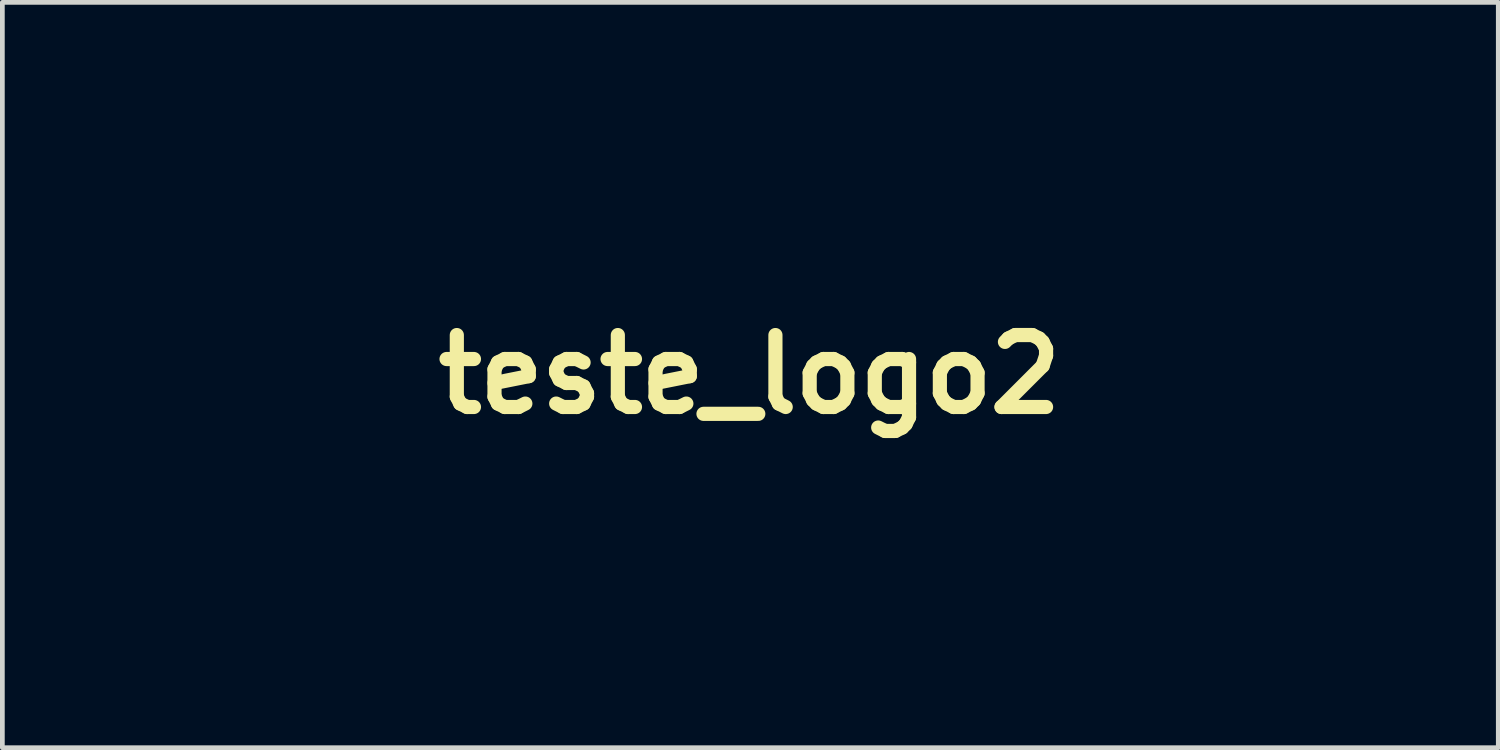
<source format=kicad_pcb>
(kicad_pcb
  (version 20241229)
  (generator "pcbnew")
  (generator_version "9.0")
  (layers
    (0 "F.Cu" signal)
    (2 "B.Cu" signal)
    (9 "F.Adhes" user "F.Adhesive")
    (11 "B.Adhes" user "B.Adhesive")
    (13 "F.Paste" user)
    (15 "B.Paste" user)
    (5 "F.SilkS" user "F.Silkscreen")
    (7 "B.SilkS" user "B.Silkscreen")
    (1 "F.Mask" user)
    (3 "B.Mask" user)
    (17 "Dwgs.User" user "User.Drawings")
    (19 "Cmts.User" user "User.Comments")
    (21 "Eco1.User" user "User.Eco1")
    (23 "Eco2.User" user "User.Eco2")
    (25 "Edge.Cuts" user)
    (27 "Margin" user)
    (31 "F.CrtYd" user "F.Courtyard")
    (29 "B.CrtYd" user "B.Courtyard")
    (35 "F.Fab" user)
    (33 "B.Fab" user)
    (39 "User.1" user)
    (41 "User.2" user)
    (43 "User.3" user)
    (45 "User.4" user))
  (footprint "teste_logo2"
    (layer "F.Cu")
    (at 12.832 4.882)
    (property "Reference" "teste_logo2" (at 0 0 0) (layer "F.SilkS") (effects (font (size 1.524 1.524) (thickness 0.3))))
    (attr through_hole)
    (fp_poly (pts (xy 6.563 -1.807) (xy 6.632 -1.752) (xy 6.683 -1.679) (xy 6.695 -1.645) (xy 6.711 -1.575) (xy 6.251 -1.575) (xy 6.278 -1.651) (xy 6.325 -1.733) (xy 6.397 -1.797) (xy 6.475 -1.828) (xy 6.492 -1.829) (xy 6.563 -1.807)) (stroke (width 0.01) (type solid)) (fill yes) (layer "F.Mask"))
    (fp_poly (pts (xy 3.075 0.158) (xy 3.095 0.184) (xy 3.099 0.237) (xy 3.081 0.317) (xy 3.036 0.376) (xy 2.975 0.406) (xy 2.911 0.4) (xy 2.875 0.376) (xy 2.847 0.318) (xy 2.859 0.255) (xy 2.901 0.199) (xy 2.968 0.161) (xy 3.023 0.152) (xy 3.075 0.158)) (stroke (width 0.01) (type solid)) (fill yes) (layer "F.Mask"))
    (fp_poly (pts (xy -6.898 -1.733) (xy -6.823 -1.673) (xy -6.77 -1.572) (xy -6.74 -1.427) (xy -6.732 -1.264) (xy -6.731 -1.092) (xy -7.264 -1.092) (xy -7.263 -1.251) (xy -7.252 -1.437) (xy -7.222 -1.578) (xy -7.171 -1.676) (xy -7.098 -1.733) (xy -7.001 -1.753) (xy -6.998 -1.753) (xy -6.898 -1.733)) (stroke (width 0.01) (type solid)) (fill yes) (layer "F.Mask"))
    (fp_poly (pts (xy 4.876 0.159) (xy 4.9 0.204) (xy 4.902 0.239) (xy 4.891 0.311) (xy 4.864 0.365) (xy 4.862 0.366) (xy 4.8 0.401) (xy 4.733 0.401) (xy 4.68 0.366) (xy 4.673 0.355) (xy 4.657 0.28) (xy 4.688 0.216) (xy 4.739 0.182) (xy 4.824 0.152) (xy 4.876 0.159)) (stroke (width 0.01) (type solid)) (fill yes) (layer "F.Mask"))
    (fp_poly (pts (xy 0.434 -0.133) (xy 0.48 -0.086) (xy 0.518 -0.029) (xy 0.533 0.016) (xy 0.518 0.037) (xy 0.467 0.048) (xy 0.379 0.051) (xy 0.295 0.05) (xy 0.25 0.043) (xy 0.236 0.027) (xy 0.241 -0.002) (xy 0.242 -0.006) (xy 0.275 -0.069) (xy 0.329 -0.123) (xy 0.384 -0.151) (xy 0.395 -0.152) (xy 0.434 -0.133)) (stroke (width 0.01) (type solid)) (fill yes) (layer "F.Mask"))
    (fp_poly (pts (xy 11.007 -1.807) (xy 11.079 -1.75) (xy 11.13 -1.675) (xy 11.14 -1.645) (xy 11.156 -1.575) (xy 10.937 -1.575) (xy 10.832 -1.576) (xy 10.767 -1.58) (xy 10.733 -1.59) (xy 10.721 -1.608) (xy 10.719 -1.628) (xy 10.74 -1.688) (xy 10.792 -1.752) (xy 10.858 -1.804) (xy 10.923 -1.828) (xy 10.931 -1.829) (xy 11.007 -1.807)) (stroke (width 0.01) (type solid)) (fill yes) (layer "F.Mask"))
    (fp_poly (pts (xy 6.112 -0.137) (xy 6.174 -0.069) (xy 6.21 0.023) (xy 6.222 0.136) (xy 6.211 0.249) (xy 6.179 0.346) (xy 6.146 0.393) (xy 6.055 0.455) (xy 5.96 0.471) (xy 5.893 0.451) (xy 5.816 0.386) (xy 5.768 0.293) (xy 5.748 0.184) (xy 5.755 0.071) (xy 5.789 -0.033) (xy 5.849 -0.116) (xy 5.924 -0.162) (xy 6.022 -0.173) (xy 6.112 -0.137)) (stroke (width 0.01) (type solid)) (fill yes) (layer "F.Mask"))
    (fp_poly (pts (xy 8.169 -0.474) (xy 8.247 -0.443) (xy 8.299 -0.386) (xy 8.318 -0.347) (xy 8.342 -0.238) (xy 8.319 -0.142) (xy 8.255 -0.067) (xy 8.155 -0.019) (xy 8.084 -0.007) (xy 8.009 -0.004) (xy 7.956 -0.009) (xy 7.944 -0.014) (xy 7.935 -0.047) (xy 7.929 -0.118) (xy 7.925 -0.214) (xy 7.925 -0.258) (xy 7.925 -0.483) (xy 8.053 -0.483) (xy 8.169 -0.474)) (stroke (width 0.01) (type solid)) (fill yes) (layer "F.Mask"))
    (fp_poly (pts (xy -0.423 -0.094) (xy -0.418 -0.09) (xy -0.384 -0.063) (xy -0.366 -0.028) (xy -0.357 0.03) (xy -0.356 0.124) (xy -0.359 0.226) (xy -0.371 0.291) (xy -0.394 0.331) (xy -0.402 0.339) (xy -0.475 0.377) (xy -0.549 0.367) (xy -0.596 0.331) (xy -0.636 0.255) (xy -0.654 0.155) (xy -0.648 0.051) (xy -0.625 -0.019) (xy -0.568 -0.093) (xy -0.5 -0.118) (xy -0.423 -0.094)) (stroke (width 0.01) (type solid)) (fill yes) (layer "F.Mask"))
    (fp_poly (pts (xy 2.709 -1.806) (xy 2.78 -1.743) (xy 2.833 -1.652) (xy 2.861 -1.543) (xy 2.861 -1.427) (xy 2.846 -1.361) (xy 2.793 -1.263) (xy 2.716 -1.198) (xy 2.627 -1.171) (xy 2.534 -1.186) (xy 2.495 -1.208) (xy 2.42 -1.286) (xy 2.377 -1.384) (xy 2.363 -1.492) (xy 2.378 -1.6) (xy 2.417 -1.698) (xy 2.48 -1.775) (xy 2.564 -1.821) (xy 2.624 -1.829) (xy 2.709 -1.806)) (stroke (width 0.01) (type solid)) (fill yes) (layer "F.Mask"))
    (fp_poly (pts (xy 5.74 -1.793) (xy 5.809 -1.73) (xy 5.857 -1.64) (xy 5.879 -1.528) (xy 5.869 -1.402) (xy 5.865 -1.384) (xy 5.817 -1.272) (xy 5.744 -1.2) (xy 5.652 -1.171) (xy 5.547 -1.189) (xy 5.506 -1.208) (xy 5.447 -1.266) (xy 5.407 -1.359) (xy 5.391 -1.473) (xy 5.396 -1.561) (xy 5.429 -1.678) (xy 5.486 -1.757) (xy 5.561 -1.803) (xy 5.656 -1.819) (xy 5.74 -1.793)) (stroke (width 0.01) (type solid)) (fill yes) (layer "F.Mask"))
    (fp_poly (pts (xy 7.012 -0.152) (xy 7.079 -0.089) (xy 7.121 0.004) (xy 7.137 0.115) (xy 7.127 0.23) (xy 7.092 0.337) (xy 7.031 0.422) (xy 7.005 0.443) (xy 6.921 0.479) (xy 6.838 0.467) (xy 6.751 0.406) (xy 6.741 0.396) (xy 6.686 0.33) (xy 6.657 0.261) (xy 6.649 0.17) (xy 6.653 0.089) (xy 6.682 -0.026) (xy 6.741 -0.114) (xy 6.822 -0.167) (xy 6.917 -0.18) (xy 7.012 -0.152)) (stroke (width 0.01) (type solid)) (fill yes) (layer "F.Mask"))
    (fp_poly (pts (xy 8.315 -1.806) (xy 8.393 -1.744) (xy 8.451 -1.657) (xy 8.472 -1.591) (xy 8.478 -1.465) (xy 8.451 -1.35) (xy 8.398 -1.256) (xy 8.322 -1.192) (xy 8.231 -1.168) (xy 8.23 -1.168) (xy 8.14 -1.192) (xy 8.077 -1.241) (xy 8.014 -1.332) (xy 7.984 -1.438) (xy 7.984 -1.548) (xy 8.01 -1.653) (xy 8.061 -1.742) (xy 8.133 -1.804) (xy 8.224 -1.829) (xy 8.23 -1.829) (xy 8.315 -1.806)) (stroke (width 0.01) (type solid)) (fill yes) (layer "F.Mask"))
    (fp_poly (pts (xy 9.055 -0.164) (xy 9.121 -0.119) (xy 9.178 -0.034) (xy 9.178 -0.033) (xy 9.211 0.074) (xy 9.214 0.192) (xy 9.19 0.306) (xy 9.14 0.398) (xy 9.114 0.425) (xy 9.034 0.463) (xy 8.938 0.469) (xy 8.861 0.445) (xy 8.806 0.392) (xy 8.756 0.308) (xy 8.722 0.213) (xy 8.712 0.141) (xy 8.731 0.025) (xy 8.781 -0.073) (xy 8.855 -0.144) (xy 8.944 -0.176) (xy 8.964 -0.177) (xy 9.055 -0.164)) (stroke (width 0.01) (type solid)) (fill yes) (layer "F.Mask"))
    (fp_poly (pts (xy 10.987 -0.156) (xy 11.063 -0.093) (xy 11.111 0.012) (xy 11.13 0.155) (xy 11.129 0.237) (xy 11.105 0.309) (xy 11.051 0.383) (xy 10.981 0.445) (xy 10.91 0.48) (xy 10.887 0.483) (xy 10.826 0.466) (xy 10.757 0.424) (xy 10.74 0.41) (xy 10.693 0.361) (xy 10.666 0.309) (xy 10.652 0.235) (xy 10.648 0.186) (xy 10.653 0.04) (xy 10.69 -0.07) (xy 10.757 -0.143) (xy 10.852 -0.176) (xy 10.884 -0.178) (xy 10.987 -0.156)) (stroke (width 0.01) (type solid)) (fill yes) (layer "F.Mask"))
    (fp_poly (pts (xy 10.104 -1.81) (xy 10.187 -1.76) (xy 10.211 -1.734) (xy 10.241 -1.683) (xy 10.256 -1.615) (xy 10.262 -1.515) (xy 10.262 -1.493) (xy 10.26 -1.397) (xy 10.25 -1.334) (xy 10.229 -1.29) (xy 10.19 -1.246) (xy 10.187 -1.243) (xy 10.099 -1.183) (xy 10.004 -1.17) (xy 9.925 -1.196) (xy 9.864 -1.258) (xy 9.823 -1.353) (xy 9.806 -1.466) (xy 9.813 -1.581) (xy 9.848 -1.683) (xy 9.855 -1.696) (xy 9.928 -1.777) (xy 10.014 -1.815) (xy 10.104 -1.81)) (stroke (width 0.01) (type solid)) (fill yes) (layer "F.Mask"))
    (fp_poly (pts (xy -4.803 -1.758) (xy -4.722 -1.709) (xy -4.712 -1.7) (xy -4.698 -1.684) (xy -4.687 -1.664) (xy -4.678 -1.633) (xy -4.671 -1.587) (xy -4.666 -1.519) (xy -4.662 -1.426) (xy -4.659 -1.301) (xy -4.657 -1.139) (xy -4.655 -0.935) (xy -4.653 -0.788) (xy -4.652 -0.53) (xy -4.651 -0.318) (xy -4.653 -0.147) (xy -4.658 -0.011) (xy -4.666 0.095) (xy -4.677 0.175) (xy -4.692 0.235) (xy -4.711 0.28) (xy -4.736 0.315) (xy -4.751 0.332) (xy -4.825 0.372) (xy -4.92 0.377) (xy -5.022 0.345) (xy -5.049 0.33) (xy -5.131 0.28) (xy -5.125 -0.692) (xy -5.118 -1.664) (xy -5.004 -1.722) (xy -4.894 -1.762) (xy -4.803 -1.758)) (stroke (width 0.01) (type solid)) (fill yes) (layer "F.Mask"))
    (fp_poly (pts (xy 12.852 4.902) (xy -12.827 4.902) (xy -12.827 -2.184) (xy -11.227 -2.184) (xy -11.227 0.813) (xy -10.668 0.813) (xy -10.668 -0.241) (xy -10.389 -0.241) (xy -10.388 0.171) (xy -10.387 0.536) (xy -10.386 0.853) (xy -10.383 1.122) (xy -10.381 1.342) (xy -10.377 1.513) (xy -10.373 1.634) (xy -10.368 1.706) (xy -10.363 1.727) (xy -10.358 1.702) (xy -10.353 1.626) (xy -10.349 1.501) (xy -10.346 1.333) (xy -8.128 1.333) (xy -8.128 1.746) (xy -8.127 2.111) (xy -8.125 2.428) (xy -8.123 2.697) (xy -8.12 2.917) (xy -8.116 3.088) (xy -8.112 3.209) (xy -8.107 3.281) (xy -8.103 3.302) (xy -8.097 3.277) (xy -8.093 3.201) (xy -8.088 3.075) (xy -8.085 2.9) (xy -8.082 2.676) (xy -8.08 2.403) (xy -8.078 2.082) (xy -8.077 1.713) (xy -8.077 1.333) (xy -8.078 0.921) (xy -8.079 0.556) (xy -8.08 0.239) (xy -8.082 -0.03) (xy -8.085 -0.25) (xy -8.089 -0.421) (xy -8.093 -0.542) (xy -8.098 -0.614) (xy -8.103 -0.635) (xy -8.108 -0.61) (xy -8.113 -0.534) (xy -8.117 -0.408) (xy -8.12 -0.233) (xy -8.123 -0.009) (xy -8.125 0.264) (xy -8.127 0.585) (xy -8.128 0.954) (xy -8.128 1.333) (xy -10.346 1.333) (xy -10.346 1.325) (xy -10.343 1.101) (xy -10.341 0.828) (xy -10.339 0.507) (xy -10.338 0.138) (xy -10.338 0.007) (xy -10.088 0.007) (xy -10.071 0.096) (xy -10.031 0.247) (xy -9.968 0.401) (xy -9.894 0.534) (xy -9.871 0.566) (xy -9.783 0.661) (xy -9.67 0.752) (xy -9.553 0.825) (xy -9.465 0.863) (xy -9.37 0.879) (xy -9.243 0.884) (xy -9.103 0.879) (xy -8.965 0.864) (xy -8.847 0.841) (xy -8.785 0.821) (xy -8.617 0.719) (xy -8.487 0.585) (xy -8.397 0.42) (xy -8.346 0.223) (xy -8.337 0.138) (xy -8.337 -0.021) (xy -8.362 -0.166) (xy -8.414 -0.305) (xy -8.498 -0.442) (xy -8.618 -0.584) (xy -8.738 -0.7) (xy -7.823 -0.7) (xy -7.823 -0.46) (xy -7.822 -0.266) (xy -7.821 -0.109) (xy -7.818 0.014) (xy -7.814 0.11) (xy -7.808 0.185) (xy -7.801 0.245) (xy -7.791 0.296) (xy -7.778 0.344) (xy -7.77 0.369) (xy -7.7 0.526) (xy -7.597 0.665) (xy -7.471 0.776) (xy -7.332 0.847) (xy -7.325 0.849) (xy -7.194 0.875) (xy -7.036 0.884) (xy -6.871 0.877) (xy -6.715 0.854) (xy -6.589 0.816) (xy -6.585 0.814) (xy -6.433 0.721) (xy -6.312 0.586) (xy -6.24 0.458) (xy -6.214 0.387) (xy -6.196 0.3) (xy -6.184 0.184) (xy -6.177 0.044) (xy -6.166 -0.254) (xy -6.724 -0.254) (xy -6.737 -0.032) (xy -6.747 0.078) (xy -6.761 0.176) (xy -6.777 0.244) (xy -6.782 0.258) (xy -6.841 0.33) (xy -6.926 0.371) (xy -7.023 0.378) (xy -7.115 0.348) (xy -7.149 0.324) (xy -7.196 0.262) (xy -7.23 0.167) (xy -7.251 0.036) (xy -7.26 -0.136) (xy -7.259 -0.321) (xy -7.252 -0.622) (xy -6.71 -0.629) (xy -6.169 -0.636) (xy -6.177 -1.188) (xy -6.178 -1.232) (xy -5.944 -1.232) (xy -5.943 -0.811) (xy -5.942 -0.437) (xy -5.941 -0.112) (xy -5.939 0.165) (xy -5.936 0.394) (xy -5.932 0.573) (xy -5.928 0.703) (xy -5.924 0.783) (xy -5.919 0.813) (xy -5.918 0.813) (xy -5.913 0.787) (xy -5.908 0.712) (xy -5.904 0.586) (xy -5.901 0.411) (xy -5.898 0.186) (xy -5.896 -0.087) (xy -5.894 -0.408) (xy -5.893 -0.778) (xy -5.893 -1.195) (xy -5.893 -1.232) (xy -5.893 -1.653) (xy -5.894 -2.026) (xy -5.895 -2.184) (xy -5.715 -2.184) (xy -5.715 1.778) (xy -5.131 1.778) (xy -5.131 0.578) (xy -5.048 0.66) (xy -4.914 0.767) (xy -4.773 0.829) (xy -4.614 0.848) (xy -4.61 0.848) (xy -4.449 0.827) (xy -4.319 0.767) (xy -4.216 0.665) (xy -4.14 0.52) (xy -4.124 0.475) (xy -4.112 0.432) (xy -4.103 0.378) (xy -4.095 0.309) (xy -4.088 0.217) (xy -4.083 0.099) (xy -4.079 -0.051) (xy -4.075 -0.239) (xy -4.071 -0.471) (xy -4.07 -0.561) (xy -4.07 -0.584) (xy -2.515 -0.584) (xy -2.515 0.559) (xy -1.905 0.559) (xy -1.905 0.381) (xy -2.311 0.381) (xy -2.311 0.051) (xy -1.956 0.051) (xy -1.956 -0.127) (xy -2.311 -0.127) (xy -2.311 -0.279) (xy -1.727 -0.279) (xy -1.727 0.559) (xy -1.524 0.559) (xy -1.524 0.278) (xy -1.523 0.154) (xy -1.52 0.07) (xy -1.512 0.015) (xy -1.497 -0.023) (xy -1.473 -0.053) (xy -1.462 -0.065) (xy -1.404 -0.114) (xy -1.358 -0.122) (xy -1.31 -0.09) (xy -1.295 -0.076) (xy -1.273 -0.049) (xy -1.258 -0.012) (xy -1.25 0.044) (xy -1.246 0.129) (xy -1.245 0.255) (xy -1.245 0.267) (xy -1.245 0.559) (xy -1.041 0.559) (xy -1.041 0.138) (xy -0.864 0.138) (xy -0.849 0.274) (xy -0.808 0.389) (xy -0.745 0.472) (xy -0.699 0.503) (xy -0.603 0.529) (xy -0.505 0.528) (xy -0.425 0.501) (xy -0.418 0.496) (xy -0.371 0.467) (xy -0.347 0.458) (xy -0.332 0.476) (xy -0.338 0.523) (xy -0.361 0.584) (xy -0.393 0.643) (xy -0.426 0.682) (xy -0.502 0.724) (xy -0.605 0.731) (xy -0.734 0.708) (xy -0.766 0.722) (xy -0.789 0.768) (xy -0.794 0.822) (xy -0.771 0.858) (xy -0.714 0.878) (xy -0.616 0.885) (xy -0.527 0.883) (xy -0.425 0.878) (xy -0.358 0.868) (xy -0.311 0.848) (xy -0.269 0.814) (xy -0.251 0.797) (xy -0.21 0.749) (xy -0.18 0.693) (xy -0.157 0.622) (xy -0.142 0.528) (xy -0.133 0.404) (xy -0.129 0.242) (xy -0.128 0.108) (xy -0.128 0.079) (xy 0.031 0.079) (xy 0.032 0.222) (xy 0.072 0.353) (xy 0.151 0.461) (xy 0.203 0.504) (xy 0.257 0.535) (xy 0.31 0.552) (xy 0.38 0.556) (xy 0.477 0.552) (xy 0.569 0.545) (xy 0.639 0.536) (xy 0.674 0.528) (xy 0.675 0.527) (xy 0.68 0.495) (xy 0.673 0.453) (xy 0.661 0.421) (xy 0.636 0.403) (xy 0.587 0.395) (xy 0.501 0.393) (xy 0.492 0.393) (xy 0.398 0.391) (xy 0.339 0.381) (xy 0.301 0.359) (xy 0.277 0.334) (xy 0.238 0.28) (xy 0.228 0.243) (xy 0.251 0.22) (xy 0.312 0.208) (xy 0.416 0.204) (xy 0.483 0.203) (xy 0.604 0.203) (xy 0.682 0.197) (xy 0.724 0.178) (xy 0.737 0.139) (xy 0.729 0.072) (xy 0.709 -0.024) (xy 0.665 -0.147) (xy 0.593 -0.228) (xy 0.489 -0.271) (xy 0.395 -0.279) (xy 0.889 -0.279) (xy 0.889 0.559) (xy 1.088 0.559) (xy 1.096 0.264) (xy 1.101 0.137) (xy 1.107 0.05) (xy 1.116 -0.006) (xy 1.13 -0.042) (xy 1.153 -0.068) (xy 1.165 -0.078) (xy 1.222 -0.118) (xy 1.265 -0.12) (xy 1.312 -0.085) (xy 1.321 -0.076) (xy 1.343 -0.049) (xy 1.358 -0.012) (xy 1.366 0.044) (xy 1.37 0.129) (xy 1.372 0.255) (xy 1.372 0.267) (xy 1.372 0.559) (xy 1.575 0.559) (xy 1.575 -0.131) (xy 1.501 -0.205) (xy 1.408 -0.265) (xy 1.3 -0.279) (xy 1.186 -0.248) (xy 1.149 -0.229) (xy 1.096 -0.197) (xy 1.072 -0.193) (xy 1.067 -0.214) (xy 1.067 -0.229) (xy 1.057 -0.264) (xy 1.018 -0.278) (xy 0.978 -0.279) (xy 0.889 -0.279) (xy 0.395 -0.279) (xy 0.269 -0.263) (xy 0.172 -0.209) (xy 0.097 -0.113) (xy 0.074 -0.065) (xy 0.031 0.079) (xy -0.128 0.079) (xy -0.127 -0.279) (xy -0.216 -0.279) (xy -0.282 -0.271) (xy -0.305 -0.245) (xy -0.305 -0.241) (xy -0.315 -0.208) (xy -0.35 -0.214) (xy -0.392 -0.242) (xy -0.468 -0.273) (xy -0.566 -0.277) (xy -0.661 -0.255) (xy -0.71 -0.229) (xy -0.795 -0.138) (xy -0.847 -0.012) (xy -0.864 0.138) (xy -1.041 0.138) (xy -1.041 -0.131) (xy -1.116 -0.205) (xy -1.208 -0.264) (xy -1.316 -0.281) (xy -1.425 -0.256) (xy -1.476 -0.227) (xy -1.549 -0.174) (xy -1.549 -0.227) (xy -1.559 -0.263) (xy -1.596 -0.278) (xy -1.638 -0.279) (xy -1.727 -0.279) (xy -2.311 -0.279) (xy -2.311 -0.406) (xy -1.93 -0.406) (xy -1.93 -0.584) (xy -2.515 -0.584) (xy -4.07 -0.584) (xy -4.07 -0.635) (xy 1.803 -0.635) (xy 1.803 0.559) (xy 2.007 0.559) (xy 2.007 0.272) (xy 2.009 0.13) (xy 2.016 0.03) (xy 2.032 -0.037) (xy 2.059 -0.078) (xy 2.099 -0.104) (xy 2.116 -0.11) (xy 2.172 -0.104) (xy 2.224 -0.064) (xy 2.251 -0.034) (xy 2.269 -0.000237) (xy 2.279 0.047) (xy 2.284 0.12) (xy 2.286 0.228) (xy 2.286 0.278) (xy 2.286 0.559) (xy 2.489 0.559) (xy 2.489 0.283) (xy 2.647 0.283) (xy 2.651 0.384) (xy 2.687 0.471) (xy 2.752 0.529) (xy 2.752 0.529) (xy 2.836 0.552) (xy 2.93 0.554) (xy 3.012 0.536) (xy 3.037 0.522) (xy 3.092 0.488) (xy 3.119 0.493) (xy 3.124 0.521) (xy 3.143 0.549) (xy 3.205 0.559) (xy 3.213 0.559) (xy 3.302 0.559) (xy 3.302 0.251) (xy 3.298 0.08) (xy 3.285 -0.048) (xy 3.262 -0.14) (xy 3.225 -0.203) (xy 3.174 -0.244) (xy 3.16 -0.25) (xy 3.078 -0.271) (xy 2.97 -0.278) (xy 2.86 -0.271) (xy 2.776 -0.253) (xy 2.723 -0.227) (xy 2.709 -0.19) (xy 2.712 -0.162) (xy 2.725 -0.12) (xy 2.752 -0.107) (xy 2.811 -0.115) (xy 2.816 -0.116) (xy 2.935 -0.133) (xy 3.016 -0.123) (xy 3.066 -0.086) (xy 3.091 -0.035) (xy 3.074 -0.001) (xy 3.013 0.021) (xy 2.97 0.027) (xy 2.826 0.061) (xy 2.726 0.12) (xy 2.678 0.181) (xy 2.647 0.283) (xy 2.489 0.283) (xy 2.489 0.253) (xy 2.485 0.076) (xy 2.472 -0.057) (xy 2.447 -0.153) (xy 2.41 -0.217) (xy 2.366 -0.252) (xy 2.273 -0.277) (xy 2.165 -0.27) (xy 2.082 -0.241) (xy 2.007 -0.202) (xy 2.007 -0.279) (xy 3.505 -0.279) (xy 3.505 0.559) (xy 3.704 0.559) (xy 3.712 0.293) (xy 3.718 0.169) (xy 3.725 0.085) (xy 3.738 0.031) (xy 3.757 -0.006) (xy 3.774 -0.026) (xy 3.831 -0.067) (xy 3.882 -0.083) (xy 3.919 -0.094) (xy 3.934 -0.13) (xy 3.937 -0.183) (xy 3.933 -0.247) (xy 3.914 -0.274) (xy 3.881 -0.279) (xy 4.089 -0.279) (xy 4.089 0.559) (xy 4.293 0.559) (xy 4.293 0.315) (xy 4.448 0.315) (xy 4.459 0.4) (xy 4.511 0.476) (xy 4.519 0.485) (xy 4.604 0.54) (xy 4.703 0.561) (xy 4.798 0.545) (xy 4.84 0.522) (xy 4.895 0.488) (xy 4.922 0.493) (xy 4.928 0.521) (xy 4.946 0.548) (xy 5.004 0.559) (xy 5.023 0.559) (xy 5.118 0.559) (xy 5.111 0.248) (xy 5.107 0.138) (xy 5.64 0.138) (xy 5.645 0.258) (xy 5.667 0.358) (xy 5.676 0.38) (xy 5.751 0.478) (xy 5.847 0.539) (xy 5.955 0.562) (xy 6.063 0.542) (xy 6.142 0.495) (xy 6.218 0.432) (xy 6.233 0.495) (xy 6.258 0.543) (xy 6.287 0.559) (xy 6.299 0.553) (xy 6.308 0.53) (xy 6.315 0.486) (xy 6.32 0.415) (xy 6.323 0.31) (xy 6.324 0.166) (xy 6.324 0.162) (xy 6.526 0.162) (xy 6.546 0.279) (xy 6.592 0.387) (xy 6.663 0.475) (xy 6.758 0.536) (xy 6.875 0.559) (xy 6.879 0.559) (xy 6.995 0.543) (xy 7.079 0.509) (xy 7.17 0.435) (xy 7.226 0.34) (xy 7.256 0.211) (xy 7.256 0.207) (xy 7.255 0.055) (xy 7.234 -0.015) (xy 7.823 -0.015) (xy 7.823 0.003) (xy 7.823 0.185) (xy 7.824 0.322) (xy 7.827 0.42) (xy 7.831 0.487) (xy 7.837 0.528) (xy 7.847 0.549) (xy 7.86 0.558) (xy 7.873 0.559) (xy 7.897 0.554) (xy 7.912 0.535) (xy 7.921 0.49) (xy 7.927 0.412) (xy 7.93 0.328) (xy 7.936 0.155) (xy 8.611 0.155) (xy 8.628 0.306) (xy 8.681 0.425) (xy 8.767 0.507) (xy 8.768 0.507) (xy 8.875 0.548) (xy 8.998 0.557) (xy 9.113 0.535) (xy 9.141 0.522) (xy 9.231 0.449) (xy 9.294 0.345) (xy 9.327 0.222) (xy 9.329 0.152) (xy 9.525 0.152) (xy 9.525 0.559) (xy 9.652 0.559) (xy 9.652 0.291) (xy 9.657 0.125) (xy 9.673 0.004) (xy 9.704 -0.079) (xy 9.752 -0.128) (xy 9.819 -0.15) (xy 9.859 -0.152) (xy 9.897 -0.165) (xy 9.901 -0.209) (xy 9.958 -0.209) (xy 9.986 -0.181) (xy 10.014 -0.173) (xy 10.039 -0.167) (xy 10.056 -0.15) (xy 10.067 -0.114) (xy 10.073 -0.049) (xy 10.076 0.054) (xy 10.077 0.102) (xy 10.081 0.219) (xy 10.086 0.321) (xy 10.092 0.396) (xy 10.096 0.424) (xy 10.137 0.505) (xy 10.213 0.549) (xy 10.289 0.559) (xy 10.354 0.555) (xy 10.383 0.537) (xy 10.389 0.506) (xy 10.378 0.468) (xy 10.339 0.469) (xy 10.339 0.469) (xy 10.278 0.463) (xy 10.237 0.432) (xy 10.213 0.404) (xy 10.198 0.369) (xy 10.191 0.317) (xy 10.188 0.237) (xy 10.189 0.188) (xy 10.519 0.188) (xy 10.54 0.31) (xy 10.592 0.419) (xy 10.673 0.502) (xy 10.732 0.535) (xy 10.842 0.557) (xy 10.963 0.547) (xy 11.069 0.506) (xy 11.077 0.501) (xy 11.174 0.407) (xy 11.233 0.282) (xy 11.252 0.144) (xy 11.233 -0.003) (xy 11.178 -0.122) (xy 11.095 -0.209) (xy 10.991 -0.26) (xy 10.87 -0.269) (xy 10.741 -0.233) (xy 10.733 -0.229) (xy 10.635 -0.157) (xy 10.566 -0.056) (xy 10.527 0.063) (xy 10.519 0.188) (xy 10.189 0.188) (xy 10.191 0.118) (xy 10.191 0.107) (xy 10.198 -0.165) (xy 10.293 -0.173) (xy 10.366 -0.189) (xy 10.393 -0.214) (xy 10.374 -0.239) (xy 10.31 -0.253) (xy 10.287 -0.254) (xy 10.222 -0.257) (xy 10.193 -0.273) (xy 10.186 -0.317) (xy 10.185 -0.346) (xy 10.181 -0.406) (xy 10.164 -0.425) (xy 10.145 -0.422) (xy 10.105 -0.408) (xy 10.094 -0.406) (xy 10.087 -0.384) (xy 10.084 -0.331) (xy 10.084 -0.33) (xy 10.077 -0.276) (xy 10.048 -0.256) (xy 10.02 -0.254) (xy 9.97 -0.24) (xy 9.958 -0.209) (xy 9.901 -0.209) (xy 9.901 -0.21) (xy 9.876 -0.252) (xy 9.826 -0.259) (xy 9.759 -0.233) (xy 9.697 -0.185) (xy 9.627 -0.117) (xy 9.627 -0.186) (xy 9.616 -0.238) (xy 9.58 -0.254) (xy 9.576 -0.254) (xy 9.557 -0.252) (xy 9.543 -0.24) (xy 9.534 -0.211) (xy 9.529 -0.158) (xy 9.526 -0.073) (xy 9.525 0.051) (xy 9.525 0.152) (xy 9.329 0.152) (xy 9.33 0.092) (xy 9.303 -0.032) (xy 9.242 -0.138) (xy 9.207 -0.174) (xy 9.096 -0.247) (xy 8.978 -0.271) (xy 8.871 -0.256) (xy 8.754 -0.201) (xy 8.671 -0.109) (xy 8.623 0.019) (xy 8.611 0.155) (xy 7.936 0.155) (xy 7.938 0.097) (xy 8.069 0.088) (xy 8.223 0.06) (xy 8.343 -0.003) (xy 8.395 -0.051) (xy 8.434 -0.127) (xy 8.449 -0.227) (xy 8.442 -0.334) (xy 8.412 -0.428) (xy 8.384 -0.468) (xy 8.297 -0.529) (xy 8.179 -0.569) (xy 8.045 -0.586) (xy 7.913 -0.576) (xy 7.88 -0.568) (xy 7.862 -0.562) (xy 7.848 -0.551) (xy 7.837 -0.528) (xy 7.831 -0.487) (xy 7.826 -0.422) (xy 7.824 -0.326) (xy 7.823 -0.192) (xy 7.823 -0.015) (xy 7.234 -0.015) (xy 7.216 -0.073) (xy 7.146 -0.173) (xy 7.051 -0.24) (xy 6.936 -0.269) (xy 6.807 -0.254) (xy 6.745 -0.232) (xy 6.643 -0.163) (xy 6.573 -0.069) (xy 6.535 0.043) (xy 6.526 0.162) (xy 6.324 0.162) (xy 6.325 -0.022) (xy 6.325 -0.038) (xy 6.324 -0.227) (xy 6.324 -0.371) (xy 6.322 -0.477) (xy 6.318 -0.55) (xy 6.312 -0.596) (xy 6.304 -0.621) (xy 6.292 -0.632) (xy 6.277 -0.635) (xy 6.274 -0.635) (xy 6.25 -0.631) (xy 6.235 -0.614) (xy 6.227 -0.574) (xy 6.224 -0.502) (xy 6.223 -0.393) (xy 6.223 -0.151) (xy 6.145 -0.208) (xy 6.039 -0.259) (xy 5.928 -0.263) (xy 5.822 -0.225) (xy 5.731 -0.147) (xy 5.683 -0.074) (xy 5.653 0.02) (xy 5.64 0.138) (xy 5.107 0.138) (xy 5.104 0.084) (xy 5.093 -0.038) (xy 5.074 -0.124) (xy 5.046 -0.184) (xy 5.006 -0.224) (xy 4.976 -0.242) (xy 4.894 -0.267) (xy 4.786 -0.277) (xy 4.675 -0.272) (xy 4.582 -0.252) (xy 4.568 -0.247) (xy 4.522 -0.218) (xy 4.516 -0.181) (xy 4.524 -0.157) (xy 4.546 -0.117) (xy 4.583 -0.109) (xy 4.629 -0.117) (xy 4.749 -0.134) (xy 4.832 -0.117) (xy 4.869 -0.086) (xy 4.894 -0.035) (xy 4.878 -0.001) (xy 4.816 0.02) (xy 4.773 0.027) (xy 4.635 0.06) (xy 4.535 0.118) (xy 4.476 0.199) (xy 4.473 0.206) (xy 4.448 0.315) (xy 4.293 0.315) (xy 4.293 -0.279) (xy 4.089 -0.279) (xy 3.881 -0.279) (xy 3.827 -0.262) (xy 3.765 -0.221) (xy 3.754 -0.211) (xy 3.683 -0.143) (xy 3.683 -0.211) (xy 3.677 -0.257) (xy 3.649 -0.276) (xy 3.594 -0.279) (xy 3.505 -0.279) (xy 2.007 -0.279) (xy 2.007 -0.495) (xy 4.076 -0.495) (xy 4.096 -0.437) (xy 4.139 -0.395) (xy 4.194 -0.38) (xy 4.25 -0.402) (xy 4.266 -0.418) (xy 4.286 -0.469) (xy 4.288 -0.526) (xy 4.273 -0.577) (xy 4.234 -0.6) (xy 4.199 -0.605) (xy 4.132 -0.6) (xy 4.093 -0.565) (xy 4.091 -0.562) (xy 4.076 -0.495) (xy 2.007 -0.495) (xy 2.007 -0.635) (xy 1.803 -0.635) (xy -4.07 -0.635) (xy -4.067 -0.861) (xy -4.067 -1.115) (xy -4.07 -1.327) (xy -4.075 -1.503) (xy -4.085 -1.646) (xy -4.085 -1.651) (xy -2.515 -1.651) (xy -2.514 -1.469) (xy -2.514 -1.331) (xy -2.511 -1.232) (xy -2.507 -1.165) (xy -2.501 -1.124) (xy -2.491 -1.102) (xy -2.479 -1.094) (xy -2.464 -1.092) (xy -2.447 -1.094) (xy -2.435 -1.104) (xy -2.426 -1.128) (xy -2.42 -1.172) (xy -2.416 -1.243) (xy -2.414 -1.346) (xy -2.413 -1.489) (xy -2.413 -1.499) (xy -2.134 -1.499) (xy -2.134 -1.092) (xy -2.007 -1.092) (xy -2.007 -1.379) (xy -2.004 -1.529) (xy -1.993 -1.637) (xy -1.972 -1.712) (xy -1.937 -1.762) (xy -1.885 -1.795) (xy -1.86 -1.806) (xy -1.772 -1.815) (xy -1.69 -1.783) (xy -1.631 -1.717) (xy -1.629 -1.712) (xy -1.617 -1.661) (xy -1.608 -1.573) (xy -1.602 -1.461) (xy -1.6 -1.37) (xy -1.6 -1.248) (xy -1.597 -1.168) (xy -1.59 -1.122) (xy -1.578 -1.099) (xy -1.559 -1.093) (xy -1.549 -1.092) (xy -1.529 -1.095) (xy -1.515 -1.109) (xy -1.506 -1.142) (xy -1.504 -1.164) (xy -1.267 -1.164) (xy -1.265 -1.151) (xy -1.234 -1.11) (xy -1.17 -1.086) (xy -1.086 -1.08) (xy -0.996 -1.092) (xy -0.915 -1.121) (xy -0.871 -1.152) (xy -0.809 -1.238) (xy -0.796 -1.327) (xy -0.832 -1.415) (xy -0.913 -1.498) (xy -1.019 -1.563) (xy -1.092 -1.604) (xy -1.129 -1.64) (xy -1.142 -1.682) (xy -1.143 -1.703) (xy -1.123 -1.775) (xy -1.067 -1.816) (xy -0.983 -1.822) (xy -0.929 -1.811) (xy -0.87 -1.796) (xy -0.842 -1.804) (xy -0.83 -1.83) (xy -0.832 -1.854) (xy -0.686 -1.854) (xy -0.671 -1.814) (xy -0.622 -1.803) (xy -0.559 -1.803) (xy -0.559 -1.54) (xy -0.556 -1.421) (xy -0.549 -1.312) (xy -0.539 -1.23) (xy -0.531 -1.199) (xy -0.488 -1.133) (xy -0.421 -1.089) (xy -0.35 -1.078) (xy -0.334 -1.082) (xy -0.287 -1.092) (xy -0.277 -1.092) (xy -0.257 -1.113) (xy -0.254 -1.13) (xy -0.276 -1.161) (xy -0.312 -1.168) (xy -0.361 -1.174) (xy -0.394 -1.195) (xy -0.415 -1.24) (xy -0.427 -1.317) (xy -0.431 -1.432) (xy -0.432 -1.516) (xy -0.432 -1.803) (xy -0.33 -1.803) (xy -0.264 -1.808) (xy -0.234 -1.825) (xy -0.229 -1.854) (xy -0.237 -1.887) (xy -0.272 -1.902) (xy -0.33 -1.905) (xy -0.051 -1.905) (xy -0.051 -1.092) (xy 0.076 -1.092) (xy 0.076 -1.854) (xy 0.254 -1.854) (xy 0.272 -1.811) (xy 0.302 -1.803) (xy 0.322 -1.799) (xy 0.336 -1.781) (xy 0.346 -1.741) (xy 0.353 -1.669) (xy 0.358 -1.559) (xy 0.36 -1.501) (xy 0.367 -1.355) (xy 0.378 -1.251) (xy 0.397 -1.181) (xy 0.425 -1.135) (xy 0.465 -1.104) (xy 0.494 -1.091) (xy 0.551 -1.079) (xy 0.58 -1.081) (xy 0.637 -1.092) (xy 0.65 -1.092) (xy 0.682 -1.113) (xy 0.686 -1.13) (xy 0.663 -1.161) (xy 0.61 -1.168) (xy 0.56 -1.175) (xy 0.524 -1.201) (xy 0.501 -1.254) (xy 0.488 -1.339) (xy 0.483 -1.464) (xy 0.483 -1.535) (xy 0.483 -1.803) (xy 0.584 -1.803) (xy 0.651 -1.808) (xy 0.68 -1.825) (xy 0.686 -1.854) (xy 0.677 -1.887) (xy 0.643 -1.902) (xy 0.584 -1.905) (xy 0.858 -1.905) (xy 0.867 -1.577) (xy 0.872 -1.437) (xy 0.879 -1.338) (xy 0.888 -1.27) (xy 0.903 -1.223) (xy 0.923 -1.186) (xy 0.929 -1.177) (xy 1.01 -1.107) (xy 1.111 -1.079) (xy 1.222 -1.095) (xy 1.327 -1.148) (xy 1.374 -1.18) (xy 1.393 -1.181) (xy 1.397 -1.153) (xy 1.397 -1.145) (xy 1.414 -1.101) (xy 1.448 -1.092) (xy 1.467 -1.095) (xy 1.48 -1.107) (xy 1.489 -1.135) (xy 1.495 -1.189) (xy 1.498 -1.273) (xy 1.499 -1.397) (xy 1.499 -1.499) (xy 1.498 -1.651) (xy 1.497 -1.759) (xy 1.493 -1.831) (xy 1.49 -1.854) (xy 1.676 -1.854) (xy 1.691 -1.814) (xy 1.74 -1.803) (xy 1.803 -1.803) (xy 1.803 -1.504) (xy 1.805 -1.361) (xy 1.812 -1.26) (xy 1.823 -1.193) (xy 1.841 -1.152) (xy 1.842 -1.15) (xy 1.906 -1.098) (xy 1.99 -1.078) (xy 2.028 -1.083) (xy 2.075 -1.092) (xy 2.085 -1.092) (xy 2.106 -1.113) (xy 2.108 -1.13) (xy 2.086 -1.161) (xy 2.051 -1.169) (xy 1.998 -1.173) (xy 1.96 -1.19) (xy 1.936 -1.229) (xy 1.921 -1.296) (xy 1.913 -1.4) (xy 1.911 -1.451) (xy 2.252 -1.451) (xy 2.264 -1.369) (xy 2.312 -1.248) (xy 2.395 -1.156) (xy 2.5 -1.097) (xy 2.619 -1.076) (xy 2.741 -1.097) (xy 2.814 -1.134) (xy 2.855 -1.173) (xy 3.556 -1.173) (xy 3.568 -1.134) (xy 3.612 -1.112) (xy 3.651 -1.104) (xy 3.72 -1.091) (xy 3.767 -1.081) (xy 3.772 -1.079) (xy 3.818 -1.078) (xy 3.831 -1.082) (xy 3.883 -1.09) (xy 3.925 -1.092) (xy 3.981 -1.108) (xy 4.049 -1.15) (xy 4.076 -1.171) (xy 4.13 -1.224) (xy 4.157 -1.274) (xy 4.165 -1.342) (xy 4.166 -1.381) (xy 4.157 -1.484) (xy 4.127 -1.561) (xy 4.066 -1.625) (xy 3.966 -1.687) (xy 3.934 -1.703) (xy 3.812 -1.771) (xy 3.767 -1.807) (xy 4.395 -1.807) (xy 4.395 -1.719) (xy 4.398 -1.589) (xy 4.399 -1.565) (xy 4.403 -1.423) (xy 4.409 -1.324) (xy 4.417 -1.256) (xy 4.43 -1.211) (xy 4.448 -1.179) (xy 4.458 -1.168) (xy 4.55 -1.098) (xy 4.654 -1.077) (xy 4.764 -1.103) (xy 4.831 -1.143) (xy 4.889 -1.182) (xy 4.918 -1.189) (xy 4.927 -1.163) (xy 4.928 -1.143) (xy 4.945 -1.101) (xy 4.982 -1.092) (xy 5.011 -1.096) (xy 5.026 -1.114) (xy 5.028 -1.158) (xy 5.021 -1.241) (xy 5.02 -1.248) (xy 5.014 -1.333) (xy 5.283 -1.333) (xy 5.283 -1.149) (xy 5.284 -1.009) (xy 5.286 -0.908) (xy 5.29 -0.839) (xy 5.296 -0.796) (xy 5.306 -0.773) (xy 5.318 -0.764) (xy 5.334 -0.762) (xy 5.359 -0.766) (xy 5.374 -0.785) (xy 5.382 -0.828) (xy 5.384 -0.906) (xy 5.385 -0.978) (xy 5.386 -1.075) (xy 5.39 -1.15) (xy 5.396 -1.19) (xy 5.399 -1.194) (xy 5.425 -1.178) (xy 5.464 -1.146) (xy 5.555 -1.093) (xy 5.662 -1.079) (xy 5.771 -1.104) (xy 5.868 -1.164) (xy 5.907 -1.207) (xy 5.957 -1.305) (xy 5.986 -1.431) (xy 5.99 -1.516) (xy 6.149 -1.516) (xy 6.153 -1.398) (xy 6.184 -1.286) (xy 6.242 -1.191) (xy 6.329 -1.12) (xy 6.427 -1.086) (xy 6.508 -1.081) (xy 6.611 -1.089) (xy 6.709 -1.108) (xy 6.712 -1.109) (xy 6.75 -1.135) (xy 6.756 -1.154) (xy 6.743 -1.173) (xy 6.699 -1.18) (xy 6.614 -1.177) (xy 6.598 -1.175) (xy 6.504 -1.171) (xy 6.442 -1.178) (xy 6.394 -1.2) (xy 6.37 -1.218) (xy 6.324 -1.271) (xy 6.285 -1.342) (xy 6.261 -1.414) (xy 6.26 -1.469) (xy 6.264 -1.477) (xy 6.293 -1.486) (xy 6.362 -1.493) (xy 6.459 -1.498) (xy 6.542 -1.499) (xy 6.807 -1.499) (xy 7.01 -1.499) (xy 7.01 -1.092) (xy 7.137 -1.092) (xy 7.137 -1.37) (xy 7.138 -1.493) (xy 7.138 -1.499) (xy 7.544 -1.499) (xy 7.544 -1.347) (xy 7.546 -1.238) (xy 7.549 -1.166) (xy 7.556 -1.122) (xy 7.566 -1.101) (xy 7.582 -1.093) (xy 7.595 -1.092) (xy 7.614 -1.095) (xy 7.627 -1.107) (xy 7.636 -1.135) (xy 7.642 -1.189) (xy 7.644 -1.273) (xy 7.645 -1.397) (xy 7.645 -1.487) (xy 7.874 -1.487) (xy 7.892 -1.333) (xy 7.947 -1.213) (xy 8.037 -1.129) (xy 8.119 -1.092) (xy 8.226 -1.079) (xy 8.341 -1.096) (xy 8.428 -1.134) (xy 8.514 -1.216) (xy 8.566 -1.332) (xy 8.585 -1.484) (xy 8.585 -1.499) (xy 8.814 -1.499) (xy 8.814 -1.347) (xy 8.816 -1.238) (xy 8.819 -1.166) (xy 8.826 -1.122) (xy 8.836 -1.101) (xy 8.852 -1.093) (xy 8.865 -1.092) (xy 8.888 -1.096) (xy 8.903 -1.113) (xy 8.911 -1.152) (xy 8.915 -1.224) (xy 8.915 -1.336) (xy 8.915 -1.34) (xy 8.921 -1.481) (xy 9.68 -1.481) (xy 9.687 -1.39) (xy 9.731 -1.265) (xy 9.803 -1.169) (xy 9.895 -1.107) (xy 9.999 -1.08) (xy 10.106 -1.095) (xy 10.206 -1.153) (xy 10.217 -1.163) (xy 10.287 -1.229) (xy 10.287 -1.16) (xy 10.297 -1.108) (xy 10.334 -1.092) (xy 10.338 -1.092) (xy 10.354 -1.094) (xy 10.366 -1.103) (xy 10.375 -1.127) (xy 10.382 -1.17) (xy 10.385 -1.239) (xy 10.388 -1.34) (xy 10.388 -1.427) (xy 10.598 -1.427) (xy 10.632 -1.289) (xy 10.702 -1.184) (xy 10.805 -1.114) (xy 10.938 -1.084) (xy 11.096 -1.095) (xy 11.157 -1.109) (xy 11.195 -1.133) (xy 11.201 -1.151) (xy 11.178 -1.169) (xy 11.107 -1.179) (xy 11.026 -1.181) (xy 10.921 -1.185) (xy 10.852 -1.198) (xy 10.806 -1.223) (xy 10.798 -1.229) (xy 10.759 -1.281) (xy 10.726 -1.352) (xy 10.706 -1.422) (xy 10.706 -1.472) (xy 10.709 -1.477) (xy 10.738 -1.486) (xy 10.807 -1.493) (xy 10.904 -1.498) (xy 10.987 -1.499) (xy 11.252 -1.499) (xy 11.252 -1.576) (xy 11.236 -1.682) (xy 11.192 -1.783) (xy 11.131 -1.857) (xy 11.122 -1.864) (xy 11.053 -1.892) (xy 10.957 -1.905) (xy 10.939 -1.905) (xy 10.859 -1.9) (xy 10.802 -1.88) (xy 10.743 -1.833) (xy 10.718 -1.809) (xy 10.649 -1.725) (xy 10.613 -1.638) (xy 10.604 -1.595) (xy 10.598 -1.427) (xy 10.388 -1.427) (xy 10.388 -1.48) (xy 10.389 -1.663) (xy 10.389 -1.676) (xy 10.389 -2.261) (xy 10.325 -2.261) (xy 10.295 -2.259) (xy 10.276 -2.247) (xy 10.266 -2.215) (xy 10.262 -2.154) (xy 10.262 -2.053) (xy 10.262 -2.03) (xy 10.262 -1.8) (xy 10.195 -1.852) (xy 10.096 -1.9) (xy 9.985 -1.905) (xy 9.876 -1.868) (xy 9.82 -1.828) (xy 9.748 -1.735) (xy 9.7 -1.614) (xy 9.68 -1.481) (xy 8.921 -1.481) (xy 8.922 -1.505) (xy 8.942 -1.627) (xy 8.978 -1.712) (xy 9.032 -1.766) (xy 9.087 -1.79) (xy 9.151 -1.822) (xy 9.169 -1.859) (xy 9.152 -1.898) (xy 9.108 -1.905) (xy 9.05 -1.885) (xy 8.992 -1.839) (xy 8.983 -1.829) (xy 8.919 -1.753) (xy 8.903 -1.829) (xy 8.88 -1.882) (xy 8.85 -1.905) (xy 8.85 -1.905) (xy 8.836 -1.897) (xy 8.826 -1.868) (xy 8.82 -1.812) (xy 8.816 -1.723) (xy 8.814 -1.592) (xy 8.814 -1.499) (xy 8.585 -1.499) (xy 8.568 -1.655) (xy 8.516 -1.773) (xy 8.431 -1.855) (xy 8.313 -1.898) (xy 8.225 -1.905) (xy 8.094 -1.883) (xy 7.991 -1.821) (xy 7.919 -1.72) (xy 7.881 -1.585) (xy 7.874 -1.487) (xy 7.645 -1.487) (xy 7.645 -1.499) (xy 7.645 -1.651) (xy 7.644 -1.759) (xy 7.64 -1.831) (xy 7.633 -1.875) (xy 7.623 -1.897) (xy 7.607 -1.904) (xy 7.595 -1.905) (xy 7.576 -1.903) (xy 7.562 -1.891) (xy 7.553 -1.862) (xy 7.548 -1.809) (xy 7.545 -1.724) (xy 7.544 -1.6) (xy 7.544 -1.499) (xy 7.138 -1.499) (xy 7.142 -1.578) (xy 7.151 -1.634) (xy 7.167 -1.675) (xy 7.192 -1.712) (xy 7.203 -1.725) (xy 7.257 -1.775) (xy 7.308 -1.802) (xy 7.317 -1.803) (xy 7.358 -1.822) (xy 7.366 -1.854) (xy 7.35 -1.896) (xy 7.307 -1.904) (xy 7.248 -1.879) (xy 7.186 -1.826) (xy 7.112 -1.747) (xy 7.112 -1.826) (xy 7.105 -1.883) (xy 7.077 -1.904) (xy 7.061 -1.905) (xy 7.042 -1.903) (xy 7.029 -1.891) (xy 7.02 -1.862) (xy 7.014 -1.809) (xy 7.011 -1.724) (xy 7.01 -1.6) (xy 7.01 -1.499) (xy 6.807 -1.499) (xy 6.807 -1.576) (xy 6.791 -1.682) (xy 6.747 -1.783) (xy 6.686 -1.857) (xy 6.677 -1.864) (xy 6.609 -1.891) (xy 6.517 -1.905) (xy 6.498 -1.905) (xy 6.381 -1.884) (xy 6.287 -1.825) (xy 6.216 -1.739) (xy 6.17 -1.633) (xy 6.149 -1.516) (xy 5.99 -1.516) (xy 5.992 -1.564) (xy 5.971 -1.684) (xy 5.97 -1.685) (xy 5.912 -1.79) (xy 5.825 -1.864) (xy 5.719 -1.904) (xy 5.607 -1.906) (xy 5.5 -1.866) (xy 5.463 -1.839) (xy 5.385 -1.773) (xy 5.385 -1.839) (xy 5.374 -1.89) (xy 5.335 -1.905) (xy 5.334 -1.905) (xy 5.318 -1.903) (xy 5.305 -1.894) (xy 5.296 -1.87) (xy 5.29 -1.826) (xy 5.286 -1.756) (xy 5.284 -1.654) (xy 5.283 -1.513) (xy 5.283 -1.333) (xy 5.014 -1.333) (xy 5.013 -1.346) (xy 5.007 -1.473) (xy 5.004 -1.606) (xy 5.004 -1.655) (xy 5.003 -1.769) (xy 5 -1.842) (xy 4.992 -1.883) (xy 4.977 -1.901) (xy 4.955 -1.905) (xy 4.953 -1.905) (xy 4.931 -1.902) (xy 4.917 -1.887) (xy 4.908 -1.852) (xy 4.904 -1.787) (xy 4.902 -1.685) (xy 4.902 -1.611) (xy 4.902 -1.485) (xy 4.899 -1.398) (xy 4.892 -1.341) (xy 4.878 -1.302) (xy 4.855 -1.271) (xy 4.828 -1.243) (xy 4.743 -1.183) (xy 4.659 -1.171) (xy 4.586 -1.203) (xy 4.531 -1.279) (xy 4.524 -1.299) (xy 4.512 -1.358) (xy 4.502 -1.453) (xy 4.497 -1.569) (xy 4.496 -1.642) (xy 4.495 -1.76) (xy 4.492 -1.836) (xy 4.485 -1.88) (xy 4.472 -1.899) (xy 4.45 -1.905) (xy 4.443 -1.905) (xy 4.422 -1.903) (xy 4.408 -1.891) (xy 4.399 -1.862) (xy 4.395 -1.807) (xy 3.767 -1.807) (xy 3.734 -1.833) (xy 3.693 -1.892) (xy 3.683 -1.944) (xy 3.705 -2.026) (xy 3.766 -2.088) (xy 3.852 -2.125) (xy 3.956 -2.131) (xy 4.047 -2.11) (xy 4.095 -2.099) (xy 4.118 -2.12) (xy 4.12 -2.126) (xy 7.524 -2.126) (xy 7.537 -2.082) (xy 7.582 -2.061) (xy 7.601 -2.062) (xy 7.652 -2.091) (xy 7.666 -2.127) (xy 7.656 -2.181) (xy 7.617 -2.204) (xy 7.566 -2.19) (xy 7.551 -2.177) (xy 7.524 -2.126) (xy 4.12 -2.126) (xy 4.123 -2.135) (xy 4.127 -2.173) (xy 4.109 -2.197) (xy 4.058 -2.213) (xy 3.98 -2.226) (xy 3.84 -2.226) (xy 3.725 -2.19) (xy 3.64 -2.12) (xy 3.591 -2.021) (xy 3.581 -1.942) (xy 3.603 -1.827) (xy 3.67 -1.731) (xy 3.783 -1.652) (xy 3.833 -1.629) (xy 3.954 -1.561) (xy 4.03 -1.483) (xy 4.059 -1.399) (xy 4.04 -1.312) (xy 3.986 -1.239) (xy 3.933 -1.192) (xy 3.885 -1.172) (xy 3.819 -1.173) (xy 3.79 -1.177) (xy 3.704 -1.19) (xy 3.632 -1.204) (xy 3.613 -1.209) (xy 3.57 -1.213) (xy 3.556 -1.183) (xy 3.556 -1.173) (xy 2.855 -1.173) (xy 2.901 -1.216) (xy 2.953 -1.332) (xy 2.972 -1.484) (xy 2.972 -1.499) (xy 2.954 -1.655) (xy 2.903 -1.773) (xy 2.818 -1.855) (xy 2.699 -1.898) (xy 2.611 -1.905) (xy 2.481 -1.883) (xy 2.376 -1.82) (xy 2.301 -1.724) (xy 2.258 -1.599) (xy 2.252 -1.451) (xy 1.911 -1.451) (xy 1.909 -1.51) (xy 1.901 -1.803) (xy 2.004 -1.803) (xy 2.072 -1.807) (xy 2.102 -1.824) (xy 2.108 -1.854) (xy 2.1 -1.887) (xy 2.065 -1.902) (xy 2.007 -1.905) (xy 1.942 -1.908) (xy 1.913 -1.924) (xy 1.905 -1.967) (xy 1.905 -1.992) (xy 1.901 -2.049) (xy 1.882 -2.068) (xy 1.854 -2.065) (xy 1.814 -2.035) (xy 1.803 -1.978) (xy 1.796 -1.925) (xy 1.764 -1.906) (xy 1.74 -1.905) (xy 1.69 -1.893) (xy 1.676 -1.854) (xy 1.49 -1.854) (xy 1.487 -1.875) (xy 1.476 -1.897) (xy 1.461 -1.904) (xy 1.448 -1.905) (xy 1.425 -1.902) (xy 1.41 -1.885) (xy 1.402 -1.846) (xy 1.398 -1.776) (xy 1.397 -1.665) (xy 1.397 -1.65) (xy 1.391 -1.479) (xy 1.372 -1.353) (xy 1.339 -1.265) (xy 1.289 -1.21) (xy 1.257 -1.194) (xy 1.176 -1.171) (xy 1.115 -1.182) (xy 1.055 -1.229) (xy 1.053 -1.231) (xy 1.027 -1.26) (xy 1.009 -1.292) (xy 0.998 -1.337) (xy 0.993 -1.404) (xy 0.991 -1.506) (xy 0.991 -1.599) (xy 0.991 -1.905) (xy 0.858 -1.905) (xy 0.584 -1.905) (xy 0.519 -1.908) (xy 0.49 -1.924) (xy 0.483 -1.967) (xy 0.483 -1.993) (xy 0.479 -2.051) (xy 0.463 -2.069) (xy 0.425 -2.06) (xy 0.375 -2.017) (xy 0.36 -1.972) (xy 0.34 -1.918) (xy 0.303 -1.905) (xy 0.262 -1.886) (xy 0.254 -1.854) (xy 0.076 -1.854) (xy 0.076 -1.905) (xy -0.051 -1.905) (xy -0.33 -1.905) (xy -0.395 -1.908) (xy -0.424 -1.924) (xy -0.432 -1.968) (xy -0.432 -1.997) (xy -0.436 -2.057) (xy -0.453 -2.076) (xy -0.472 -2.073) (xy -0.52 -2.059) (xy -0.535 -2.057) (xy -0.552 -2.035) (xy -0.559 -1.982) (xy -0.559 -1.981) (xy -0.566 -1.927) (xy -0.595 -1.907) (xy -0.622 -1.905) (xy -0.672 -1.893) (xy -0.686 -1.854) (xy -0.832 -1.854) (xy -0.833 -1.87) (xy -0.87 -1.893) (xy -0.948 -1.904) (xy -1.002 -1.905) (xy -1.111 -1.886) (xy -1.195 -1.837) (xy -1.247 -1.764) (xy -1.259 -1.677) (xy -1.239 -1.607) (xy -1.197 -1.555) (xy -1.129 -1.502) (xy -1.095 -1.482) (xy -1.003 -1.431) (xy -0.949 -1.39) (xy -0.922 -1.351) (xy -0.915 -1.303) (xy -0.914 -1.293) (xy -0.933 -1.223) (xy -0.99 -1.184) (xy -1.088 -1.174) (xy -1.149 -1.179) (xy -1.223 -1.187) (xy -1.259 -1.183) (xy -1.267 -1.164) (xy -1.504 -1.164) (xy -1.501 -1.201) (xy -1.499 -1.296) (xy -1.499 -1.424) (xy -1.499 -1.757) (xy -1.573 -1.831) (xy -1.666 -1.891) (xy -1.774 -1.909) (xy -1.883 -1.884) (xy -1.954 -1.839) (xy -2.032 -1.773) (xy -2.032 -1.839) (xy -2.043 -1.89) (xy -2.082 -1.905) (xy -2.083 -1.905) (xy -2.102 -1.903) (xy -2.115 -1.891) (xy -2.124 -1.862) (xy -2.13 -1.809) (xy -2.133 -1.724) (xy -2.134 -1.6) (xy -2.134 -1.499) (xy -2.413 -1.499) (xy -2.413 -1.651) (xy -2.413 -1.833) (xy -2.414 -1.971) (xy -2.416 -2.07) (xy -2.42 -2.127) (xy -0.046 -2.127) (xy -0.045 -2.077) (xy -0.017 -2.059) (xy 0.013 -2.057) (xy 0.06 -2.064) (xy 0.074 -2.096) (xy 0.072 -2.127) (xy 0.053 -2.182) (xy 0.013 -2.197) (xy -0.029 -2.18) (xy -0.046 -2.127) (xy -2.42 -2.127) (xy -2.42 -2.137) (xy -2.427 -2.178) (xy -2.436 -2.2) (xy -2.449 -2.208) (xy -2.464 -2.21) (xy -2.48 -2.208) (xy -2.493 -2.198) (xy -2.502 -2.174) (xy -2.508 -2.13) (xy -2.512 -2.059) (xy -2.514 -1.956) (xy -2.514 -1.813) (xy -2.515 -1.651) (xy -4.085 -1.651) (xy -4.098 -1.763) (xy -4.115 -1.857) (xy -4.137 -1.932) (xy -4.164 -1.995) (xy -4.177 -2.02) (xy -4.266 -2.125) (xy -4.383 -2.195) (xy -4.52 -2.231) (xy -4.667 -2.231) (xy -4.816 -2.196) (xy -4.956 -2.125) (xy -5.048 -2.051) (xy -5.131 -1.971) (xy -5.131 -2.184) (xy -5.715 -2.184) (xy -5.895 -2.184) (xy -5.896 -2.352) (xy -5.898 -2.629) (xy -5.901 -2.858) (xy -5.904 -3.037) (xy -5.908 -3.167) (xy -5.913 -3.247) (xy -5.918 -3.276) (xy -5.918 -3.277) (xy -5.923 -3.251) (xy -5.928 -3.176) (xy -5.932 -3.05) (xy -5.936 -2.875) (xy -5.938 -2.65) (xy -5.941 -2.377) (xy -5.942 -2.055) (xy -5.943 -1.686) (xy -5.944 -1.269) (xy -5.944 -1.232) (xy -6.178 -1.232) (xy -6.18 -1.371) (xy -6.183 -1.51) (xy -6.188 -1.615) (xy -6.194 -1.692) (xy -6.204 -1.75) (xy -6.216 -1.795) (xy -6.234 -1.837) (xy -6.246 -1.862) (xy -6.351 -2.024) (xy -6.49 -2.148) (xy -6.562 -2.192) (xy -6.616 -2.217) (xy -6.672 -2.233) (xy -6.744 -2.243) (xy -6.843 -2.247) (xy -6.96 -2.248) (xy -7.09 -2.247) (xy -7.182 -2.243) (xy -7.25 -2.233) (xy -7.307 -2.215) (xy -7.365 -2.188) (xy -7.38 -2.18) (xy -7.534 -2.074) (xy -7.663 -1.933) (xy -7.757 -1.774) (xy -7.769 -1.743) (xy -7.783 -1.703) (xy -7.795 -1.662) (xy -7.804 -1.615) (xy -7.811 -1.556) (xy -7.816 -1.48) (xy -7.819 -1.38) (xy -7.822 -1.251) (xy -7.823 -1.088) (xy -7.823 -0.883) (xy -7.823 -0.7) (xy -8.738 -0.7) (xy -8.776 -0.737) (xy -8.961 -0.893) (xy -9.11 -1.016) (xy -9.225 -1.113) (xy -9.309 -1.19) (xy -9.369 -1.253) (xy -9.409 -1.307) (xy -9.435 -1.357) (xy -9.45 -1.402) (xy -9.459 -1.51) (xy -9.429 -1.607) (xy -9.371 -1.684) (xy -9.292 -1.736) (xy -9.202 -1.755) (xy -9.108 -1.733) (xy -9.073 -1.713) (xy -9.025 -1.663) (xy -8.975 -1.588) (xy -8.935 -1.509) (xy -8.916 -1.444) (xy -8.915 -1.438) (xy -8.904 -1.396) (xy -8.896 -1.388) (xy -8.866 -1.389) (xy -8.8 -1.4) (xy -8.711 -1.417) (xy -8.612 -1.438) (xy -8.515 -1.461) (xy -8.434 -1.481) (xy -8.382 -1.497) (xy -8.37 -1.502) (xy -8.369 -1.53) (xy -8.376 -1.591) (xy -8.383 -1.631) (xy -8.439 -1.811) (xy -8.531 -1.971) (xy -8.654 -2.103) (xy -8.799 -2.197) (xy -8.859 -2.221) (xy -8.954 -2.243) (xy -9.078 -2.257) (xy -9.186 -2.261) (xy -9.404 -2.243) (xy -9.588 -2.188) (xy -9.74 -2.095) (xy -9.863 -1.964) (xy -9.918 -1.876) (xy -9.956 -1.799) (xy -9.98 -1.726) (xy -9.994 -1.639) (xy -10.002 -1.521) (xy -10.003 -1.508) (xy -10.002 -1.328) (xy -9.98 -1.181) (xy -9.93 -1.051) (xy -9.851 -0.923) (xy -9.836 -0.903) (xy -9.801 -0.858) (xy -9.765 -0.817) (xy -9.723 -0.774) (xy -9.668 -0.725) (xy -9.595 -0.663) (xy -9.498 -0.585) (xy -9.371 -0.484) (xy -9.26 -0.396) (xy -9.094 -0.253) (xy -8.977 -0.121) (xy -8.909 0.000345) (xy -8.888 0.112) (xy -8.916 0.216) (xy -8.964 0.285) (xy -9.017 0.337) (xy -9.069 0.361) (xy -9.144 0.368) (xy -9.166 0.368) (xy -9.253 0.363) (xy -9.315 0.339) (xy -9.37 0.295) (xy -9.43 0.216) (xy -9.482 0.112) (xy -9.517 0.005) (xy -9.525 -0.059) (xy -9.529 -0.081) (xy -9.546 -0.094) (xy -9.584 -0.097) (xy -9.649 -0.089) (xy -9.748 -0.069) (xy -9.889 -0.038) (xy -9.902 -0.036) (xy -10.088 0.007) (xy -10.338 0.007) (xy -10.338 -0.241) (xy -10.338 -0.654) (xy -10.339 -1.018) (xy -10.341 -1.336) (xy -10.343 -1.604) (xy -10.346 -1.825) (xy -10.349 -1.996) (xy -10.354 -2.117) (xy -10.358 -2.189) (xy -10.363 -2.21) (xy -10.369 -2.184) (xy -10.373 -2.109) (xy -10.377 -1.983) (xy -10.381 -1.808) (xy -10.384 -1.584) (xy -10.386 -1.311) (xy -10.387 -0.99) (xy -10.388 -0.621) (xy -10.389 -0.241) (xy -10.668 -0.241) (xy -10.668 -2.184) (xy -11.227 -2.184) (xy -12.827 -2.184) (xy -12.827 -3.277) (xy -11.227 -3.277) (xy -11.227 -2.718) (xy -10.668 -2.718) (xy -10.668 -3.277) (xy -11.227 -3.277) (xy -12.827 -3.277) (xy -12.827 -4.877) (xy 12.852 -4.877) (xy 12.852 4.902)) (stroke (width 0.01) (type solid)) (fill yes) (layer "F.Mask")))
  (gr_rect
    (start -3 -3)
    (end 28.689 12.789)
    (stroke (width 0.1) (type default))
    (fill no)
    (layer "Edge.Cuts")))
</source>
